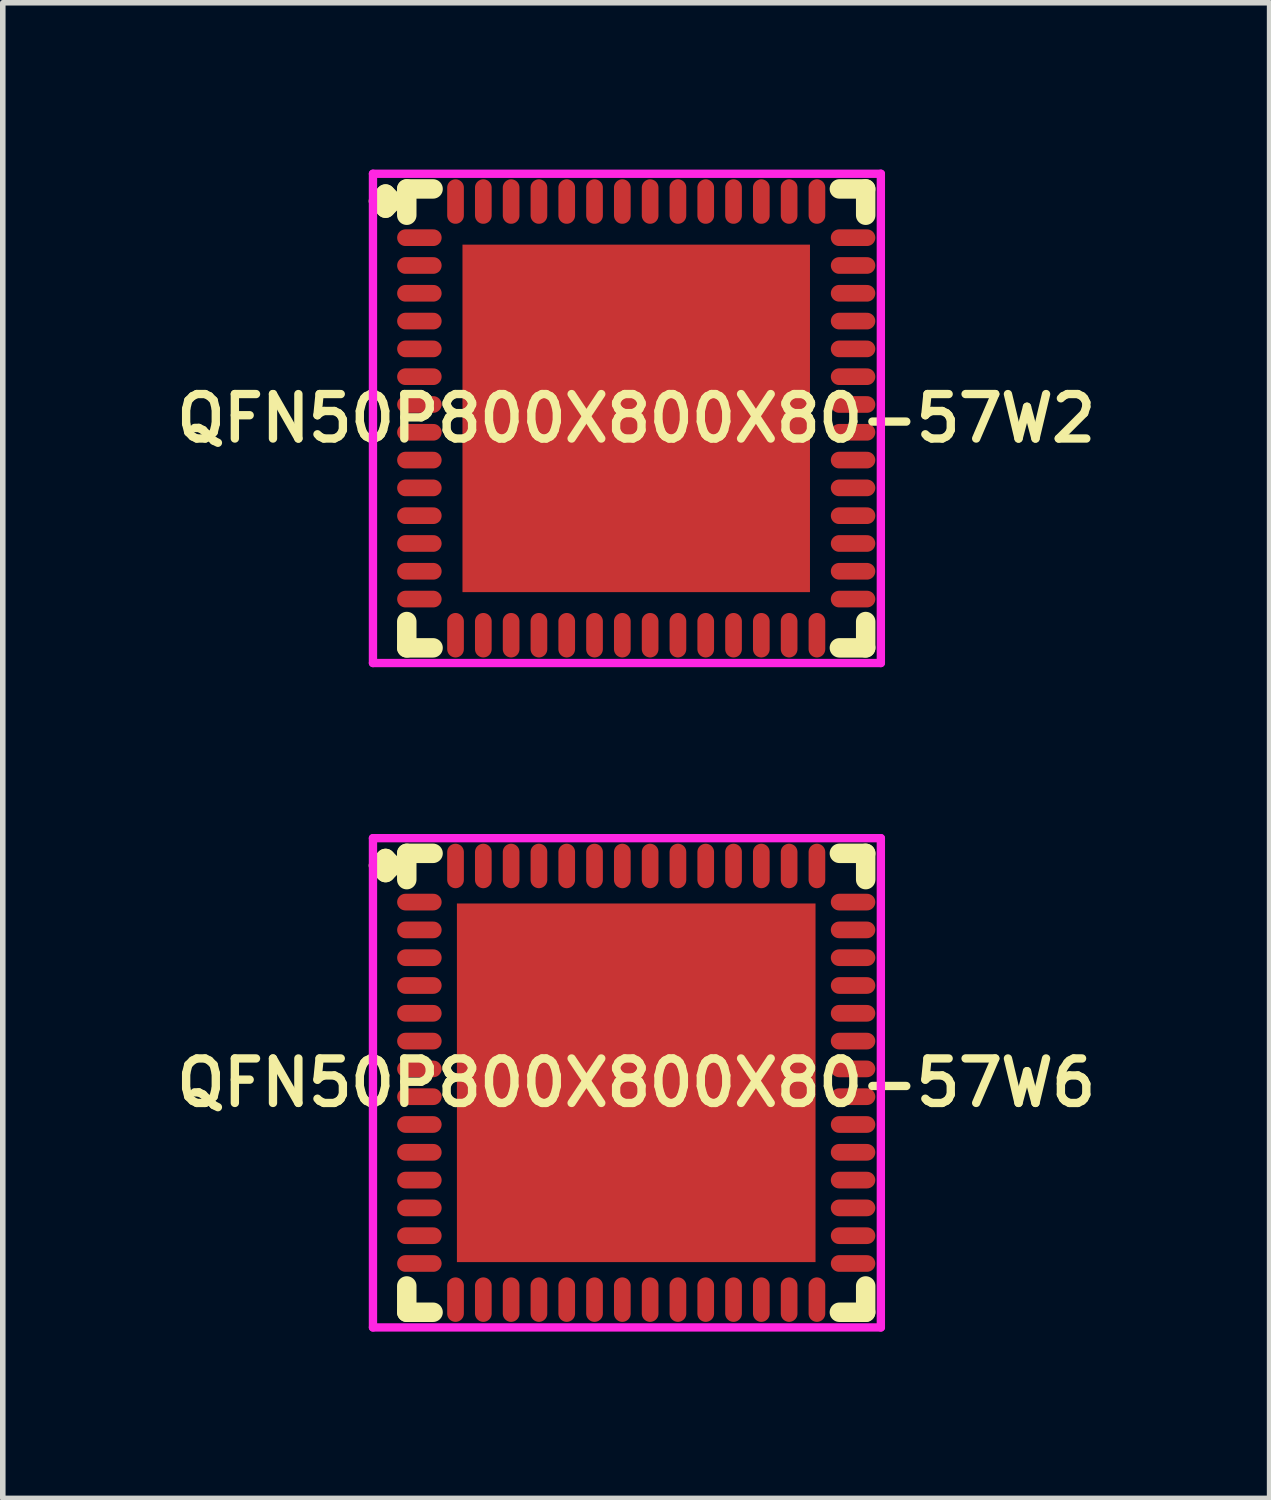
<source format=kicad_pcb>
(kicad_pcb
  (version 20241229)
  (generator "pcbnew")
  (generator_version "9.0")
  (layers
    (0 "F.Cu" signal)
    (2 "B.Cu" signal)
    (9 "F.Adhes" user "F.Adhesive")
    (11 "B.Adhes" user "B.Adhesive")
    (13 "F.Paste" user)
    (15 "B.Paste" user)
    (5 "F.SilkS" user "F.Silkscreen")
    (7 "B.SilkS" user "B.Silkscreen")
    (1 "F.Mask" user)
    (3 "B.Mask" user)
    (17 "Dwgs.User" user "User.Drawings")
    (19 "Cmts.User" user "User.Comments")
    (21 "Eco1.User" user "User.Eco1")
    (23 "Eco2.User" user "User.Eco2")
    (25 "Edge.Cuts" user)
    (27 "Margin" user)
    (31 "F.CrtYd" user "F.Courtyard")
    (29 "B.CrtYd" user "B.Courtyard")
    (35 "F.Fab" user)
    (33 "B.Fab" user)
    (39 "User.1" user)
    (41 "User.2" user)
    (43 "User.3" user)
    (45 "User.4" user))
  (footprint "QFN50P800X800X80-57W6"
    (layer "F.Cu")
    (at 8.393 16.425)
    (property "Reference" "QFN50P800X800X80-57W6" (at 0 0 0) (layer "F.SilkS") (effects (font (size 0.8 0.8) (thickness 0.15))))
    (attr smd)
    (fp_line (start -4.635 -3.908) (end -4.508 -4.035) (stroke (width 0.35) (type solid)) (layer "F.SilkS"))
    (fp_line (start -4.508 -4.035) (end -4.381 -3.908) (stroke (width 0.35) (type solid)) (layer "F.SilkS"))
    (fp_line (start -4.508 -3.781) (end -4.635 -3.908) (stroke (width 0.35) (type solid)) (layer "F.SilkS"))
    (fp_line (start -4.381 -3.908) (end -4.508 -3.781) (stroke (width 0.35) (type solid)) (layer "F.SilkS"))
    (fp_line (start -4.127 -4.127) (end -3.654 -4.127) (stroke (width 0.35) (type solid)) (layer "F.SilkS"))
    (fp_line (start -4.127 -3.654) (end -4.127 -4.127) (stroke (width 0.35) (type solid)) (layer "F.SilkS"))
    (fp_line (start -4.127 3.654) (end -4.127 4.127) (stroke (width 0.35) (type solid)) (layer "F.SilkS"))
    (fp_line (start -4.127 4.127) (end -3.654 4.127) (stroke (width 0.35) (type solid)) (layer "F.SilkS"))
    (fp_line (start 3.654 -4.127) (end 4.127 -4.127) (stroke (width 0.35) (type solid)) (layer "F.SilkS"))
    (fp_line (start 3.654 4.127) (end 4.127 4.127) (stroke (width 0.35) (type solid)) (layer "F.SilkS"))
    (fp_line (start 4.127 -4.127) (end 4.127 -3.654) (stroke (width 0.35) (type solid)) (layer "F.SilkS"))
    (fp_line (start 4.127 4.127) (end 4.127 3.654) (stroke (width 0.35) (type solid)) (layer "F.SilkS"))
    (fp_line (start -4.735 -4.4) (end 4.4 -4.4) (stroke (width 0.15) (type solid)) (layer "F.CrtYd"))
    (fp_line (start -4.735 4.4) (end -4.735 -4.4) (stroke (width 0.15) (type solid)) (layer "F.CrtYd"))
    (fp_line (start 4.4 -4.4) (end 4.4 4.4) (stroke (width 0.15) (type solid)) (layer "F.CrtYd"))
    (fp_line (start 4.4 4.4) (end -4.735 4.4) (stroke (width 0.15) (type solid)) (layer "F.CrtYd"))
    (pad "1" smd oval (at -3.9 -3.25) (size 0.8 0.3) (layers "F.Cu" "F.Mask" "F.Paste"))
    (pad "2" smd oval (at -3.9 -2.75) (size 0.8 0.3) (layers "F.Cu" "F.Mask" "F.Paste"))
    (pad "3" smd oval (at -3.9 -2.25) (size 0.8 0.3) (layers "F.Cu" "F.Mask" "F.Paste"))
    (pad "4" smd oval (at -3.9 -1.75) (size 0.8 0.3) (layers "F.Cu" "F.Mask" "F.Paste"))
    (pad "5" smd oval (at -3.9 -1.25) (size 0.8 0.3) (layers "F.Cu" "F.Mask" "F.Paste"))
    (pad "6" smd oval (at -3.9 -0.75) (size 0.8 0.3) (layers "F.Cu" "F.Mask" "F.Paste"))
    (pad "7" smd oval (at -3.9 -0.25) (size 0.8 0.3) (layers "F.Cu" "F.Mask" "F.Paste"))
    (pad "8" smd oval (at -3.9 0.25) (size 0.8 0.3) (layers "F.Cu" "F.Mask" "F.Paste"))
    (pad "9" smd oval (at -3.9 0.75) (size 0.8 0.3) (layers "F.Cu" "F.Mask" "F.Paste"))
    (pad "10" smd oval (at -3.9 1.25) (size 0.8 0.3) (layers "F.Cu" "F.Mask" "F.Paste"))
    (pad "11" smd oval (at -3.9 1.75) (size 0.8 0.3) (layers "F.Cu" "F.Mask" "F.Paste"))
    (pad "12" smd oval (at -3.9 2.25) (size 0.8 0.3) (layers "F.Cu" "F.Mask" "F.Paste"))
    (pad "13" smd oval (at -3.9 2.75) (size 0.8 0.3) (layers "F.Cu" "F.Mask" "F.Paste"))
    (pad "14" smd oval (at -3.9 3.25) (size 0.8 0.3) (layers "F.Cu" "F.Mask" "F.Paste"))
    (pad "15" smd oval (at -3.25 3.9) (size 0.3 0.8) (layers "F.Cu" "F.Mask" "F.Paste"))
    (pad "16" smd oval (at -2.75 3.9) (size 0.3 0.8) (layers "F.Cu" "F.Mask" "F.Paste"))
    (pad "17" smd oval (at -2.25 3.9) (size 0.3 0.8) (layers "F.Cu" "F.Mask" "F.Paste"))
    (pad "18" smd oval (at -1.75 3.9) (size 0.3 0.8) (layers "F.Cu" "F.Mask" "F.Paste"))
    (pad "19" smd oval (at -1.25 3.9) (size 0.3 0.8) (layers "F.Cu" "F.Mask" "F.Paste"))
    (pad "20" smd oval (at -0.75 3.9) (size 0.3 0.8) (layers "F.Cu" "F.Mask" "F.Paste"))
    (pad "21" smd oval (at -0.25 3.9) (size 0.3 0.8) (layers "F.Cu" "F.Mask" "F.Paste"))
    (pad "22" smd oval (at 0.25 3.9) (size 0.3 0.8) (layers "F.Cu" "F.Mask" "F.Paste"))
    (pad "23" smd oval (at 0.75 3.9) (size 0.3 0.8) (layers "F.Cu" "F.Mask" "F.Paste"))
    (pad "24" smd oval (at 1.25 3.9) (size 0.3 0.8) (layers "F.Cu" "F.Mask" "F.Paste"))
    (pad "25" smd oval (at 1.75 3.9) (size 0.3 0.8) (layers "F.Cu" "F.Mask" "F.Paste"))
    (pad "26" smd oval (at 2.25 3.9) (size 0.3 0.8) (layers "F.Cu" "F.Mask" "F.Paste"))
    (pad "27" smd oval (at 2.75 3.9) (size 0.3 0.8) (layers "F.Cu" "F.Mask" "F.Paste"))
    (pad "28" smd oval (at 3.25 3.9) (size 0.3 0.8) (layers "F.Cu" "F.Mask" "F.Paste"))
    (pad "29" smd oval (at 3.9 3.25) (size 0.8 0.3) (layers "F.Cu" "F.Mask" "F.Paste"))
    (pad "30" smd oval (at 3.9 2.75) (size 0.8 0.3) (layers "F.Cu" "F.Mask" "F.Paste"))
    (pad "31" smd oval (at 3.9 2.25) (size 0.8 0.3) (layers "F.Cu" "F.Mask" "F.Paste"))
    (pad "32" smd oval (at 3.9 1.75) (size 0.8 0.3) (layers "F.Cu" "F.Mask" "F.Paste"))
    (pad "33" smd oval (at 3.9 1.25) (size 0.8 0.3) (layers "F.Cu" "F.Mask" "F.Paste"))
    (pad "34" smd oval (at 3.9 0.75) (size 0.8 0.3) (layers "F.Cu" "F.Mask" "F.Paste"))
    (pad "35" smd oval (at 3.9 0.25) (size 0.8 0.3) (layers "F.Cu" "F.Mask" "F.Paste"))
    (pad "36" smd oval (at 3.9 -0.25) (size 0.8 0.3) (layers "F.Cu" "F.Mask" "F.Paste"))
    (pad "37" smd oval (at 3.9 -0.75) (size 0.8 0.3) (layers "F.Cu" "F.Mask" "F.Paste"))
    (pad "38" smd oval (at 3.9 -1.25) (size 0.8 0.3) (layers "F.Cu" "F.Mask" "F.Paste"))
    (pad "39" smd oval (at 3.9 -1.75) (size 0.8 0.3) (layers "F.Cu" "F.Mask" "F.Paste"))
    (pad "40" smd oval (at 3.9 -2.25) (size 0.8 0.3) (layers "F.Cu" "F.Mask" "F.Paste"))
    (pad "41" smd oval (at 3.9 -2.75) (size 0.8 0.3) (layers "F.Cu" "F.Mask" "F.Paste"))
    (pad "42" smd oval (at 3.9 -3.25) (size 0.8 0.3) (layers "F.Cu" "F.Mask" "F.Paste"))
    (pad "43" smd oval (at 3.25 -3.9) (size 0.3 0.8) (layers "F.Cu" "F.Mask" "F.Paste"))
    (pad "44" smd oval (at 2.75 -3.9) (size 0.3 0.8) (layers "F.Cu" "F.Mask" "F.Paste"))
    (pad "45" smd oval (at 2.25 -3.9) (size 0.3 0.8) (layers "F.Cu" "F.Mask" "F.Paste"))
    (pad "46" smd oval (at 1.75 -3.9) (size 0.3 0.8) (layers "F.Cu" "F.Mask" "F.Paste"))
    (pad "47" smd oval (at 1.25 -3.9) (size 0.3 0.8) (layers "F.Cu" "F.Mask" "F.Paste"))
    (pad "48" smd oval (at 0.75 -3.9) (size 0.3 0.8) (layers "F.Cu" "F.Mask" "F.Paste"))
    (pad "49" smd oval (at 0.25 -3.9) (size 0.3 0.8) (layers "F.Cu" "F.Mask" "F.Paste"))
    (pad "50" smd oval (at -0.25 -3.9) (size 0.3 0.8) (layers "F.Cu" "F.Mask" "F.Paste"))
    (pad "51" smd oval (at -0.75 -3.9) (size 0.3 0.8) (layers "F.Cu" "F.Mask" "F.Paste"))
    (pad "52" smd oval (at -1.25 -3.9) (size 0.3 0.8) (layers "F.Cu" "F.Mask" "F.Paste"))
    (pad "53" smd oval (at -1.75 -3.9) (size 0.3 0.8) (layers "F.Cu" "F.Mask" "F.Paste"))
    (pad "54" smd oval (at -2.25 -3.9) (size 0.3 0.8) (layers "F.Cu" "F.Mask" "F.Paste"))
    (pad "55" smd oval (at -2.75 -3.9) (size 0.3 0.8) (layers "F.Cu" "F.Mask" "F.Paste"))
    (pad "56" smd oval (at -3.25 -3.9) (size 0.3 0.8) (layers "F.Cu" "F.Mask" "F.Paste"))
    (pad "57" smd rect (at 0 0) (size 6.45 6.45) (layers "F.Cu" "F.Mask" "F.Paste")))
  (footprint "QFN50P800X800X80-57W2"
    (layer "F.Cu")
    (at 8.393 4.475)
    (property "Reference" "QFN50P800X800X80-57W2" (at 0 0 0) (layer "F.SilkS") (effects (font (size 0.8 0.8) (thickness 0.15))))
    (attr smd)
    (fp_line (start -4.635 -3.908) (end -4.508 -4.035) (stroke (width 0.35) (type solid)) (layer "F.SilkS"))
    (fp_line (start -4.508 -4.035) (end -4.381 -3.908) (stroke (width 0.35) (type solid)) (layer "F.SilkS"))
    (fp_line (start -4.508 -3.781) (end -4.635 -3.908) (stroke (width 0.35) (type solid)) (layer "F.SilkS"))
    (fp_line (start -4.381 -3.908) (end -4.508 -3.781) (stroke (width 0.35) (type solid)) (layer "F.SilkS"))
    (fp_line (start -4.127 -4.127) (end -3.654 -4.127) (stroke (width 0.35) (type solid)) (layer "F.SilkS"))
    (fp_line (start -4.127 -3.654) (end -4.127 -4.127) (stroke (width 0.35) (type solid)) (layer "F.SilkS"))
    (fp_line (start -4.127 3.654) (end -4.127 4.127) (stroke (width 0.35) (type solid)) (layer "F.SilkS"))
    (fp_line (start -4.127 4.127) (end -3.654 4.127) (stroke (width 0.35) (type solid)) (layer "F.SilkS"))
    (fp_line (start 3.654 -4.127) (end 4.127 -4.127) (stroke (width 0.35) (type solid)) (layer "F.SilkS"))
    (fp_line (start 3.654 4.127) (end 4.127 4.127) (stroke (width 0.35) (type solid)) (layer "F.SilkS"))
    (fp_line (start 4.127 -4.127) (end 4.127 -3.654) (stroke (width 0.35) (type solid)) (layer "F.SilkS"))
    (fp_line (start 4.127 4.127) (end 4.127 3.654) (stroke (width 0.35) (type solid)) (layer "F.SilkS"))
    (fp_line (start -4.735 -4.4) (end 4.4 -4.4) (stroke (width 0.15) (type solid)) (layer "F.CrtYd"))
    (fp_line (start -4.735 4.4) (end -4.735 -4.4) (stroke (width 0.15) (type solid)) (layer "F.CrtYd"))
    (fp_line (start 4.4 -4.4) (end 4.4 4.4) (stroke (width 0.15) (type solid)) (layer "F.CrtYd"))
    (fp_line (start 4.4 4.4) (end -4.735 4.4) (stroke (width 0.15) (type solid)) (layer "F.CrtYd"))
    (pad "1" smd oval (at -3.9 -3.25) (size 0.8 0.3) (layers "F.Cu" "F.Mask" "F.Paste"))
    (pad "2" smd oval (at -3.9 -2.75) (size 0.8 0.3) (layers "F.Cu" "F.Mask" "F.Paste"))
    (pad "3" smd oval (at -3.9 -2.25) (size 0.8 0.3) (layers "F.Cu" "F.Mask" "F.Paste"))
    (pad "4" smd oval (at -3.9 -1.75) (size 0.8 0.3) (layers "F.Cu" "F.Mask" "F.Paste"))
    (pad "5" smd oval (at -3.9 -1.25) (size 0.8 0.3) (layers "F.Cu" "F.Mask" "F.Paste"))
    (pad "6" smd oval (at -3.9 -0.75) (size 0.8 0.3) (layers "F.Cu" "F.Mask" "F.Paste"))
    (pad "7" smd oval (at -3.9 -0.25) (size 0.8 0.3) (layers "F.Cu" "F.Mask" "F.Paste"))
    (pad "8" smd oval (at -3.9 0.25) (size 0.8 0.3) (layers "F.Cu" "F.Mask" "F.Paste"))
    (pad "9" smd oval (at -3.9 0.75) (size 0.8 0.3) (layers "F.Cu" "F.Mask" "F.Paste"))
    (pad "10" smd oval (at -3.9 1.25) (size 0.8 0.3) (layers "F.Cu" "F.Mask" "F.Paste"))
    (pad "11" smd oval (at -3.9 1.75) (size 0.8 0.3) (layers "F.Cu" "F.Mask" "F.Paste"))
    (pad "12" smd oval (at -3.9 2.25) (size 0.8 0.3) (layers "F.Cu" "F.Mask" "F.Paste"))
    (pad "13" smd oval (at -3.9 2.75) (size 0.8 0.3) (layers "F.Cu" "F.Mask" "F.Paste"))
    (pad "14" smd oval (at -3.9 3.25) (size 0.8 0.3) (layers "F.Cu" "F.Mask" "F.Paste"))
    (pad "15" smd oval (at -3.25 3.9) (size 0.3 0.8) (layers "F.Cu" "F.Mask" "F.Paste"))
    (pad "16" smd oval (at -2.75 3.9) (size 0.3 0.8) (layers "F.Cu" "F.Mask" "F.Paste"))
    (pad "17" smd oval (at -2.25 3.9) (size 0.3 0.8) (layers "F.Cu" "F.Mask" "F.Paste"))
    (pad "18" smd oval (at -1.75 3.9) (size 0.3 0.8) (layers "F.Cu" "F.Mask" "F.Paste"))
    (pad "19" smd oval (at -1.25 3.9) (size 0.3 0.8) (layers "F.Cu" "F.Mask" "F.Paste"))
    (pad "20" smd oval (at -0.75 3.9) (size 0.3 0.8) (layers "F.Cu" "F.Mask" "F.Paste"))
    (pad "21" smd oval (at -0.25 3.9) (size 0.3 0.8) (layers "F.Cu" "F.Mask" "F.Paste"))
    (pad "22" smd oval (at 0.25 3.9) (size 0.3 0.8) (layers "F.Cu" "F.Mask" "F.Paste"))
    (pad "23" smd oval (at 0.75 3.9) (size 0.3 0.8) (layers "F.Cu" "F.Mask" "F.Paste"))
    (pad "24" smd oval (at 1.25 3.9) (size 0.3 0.8) (layers "F.Cu" "F.Mask" "F.Paste"))
    (pad "25" smd oval (at 1.75 3.9) (size 0.3 0.8) (layers "F.Cu" "F.Mask" "F.Paste"))
    (pad "26" smd oval (at 2.25 3.9) (size 0.3 0.8) (layers "F.Cu" "F.Mask" "F.Paste"))
    (pad "27" smd oval (at 2.75 3.9) (size 0.3 0.8) (layers "F.Cu" "F.Mask" "F.Paste"))
    (pad "28" smd oval (at 3.25 3.9) (size 0.3 0.8) (layers "F.Cu" "F.Mask" "F.Paste"))
    (pad "29" smd oval (at 3.9 3.25) (size 0.8 0.3) (layers "F.Cu" "F.Mask" "F.Paste"))
    (pad "30" smd oval (at 3.9 2.75) (size 0.8 0.3) (layers "F.Cu" "F.Mask" "F.Paste"))
    (pad "31" smd oval (at 3.9 2.25) (size 0.8 0.3) (layers "F.Cu" "F.Mask" "F.Paste"))
    (pad "32" smd oval (at 3.9 1.75) (size 0.8 0.3) (layers "F.Cu" "F.Mask" "F.Paste"))
    (pad "33" smd oval (at 3.9 1.25) (size 0.8 0.3) (layers "F.Cu" "F.Mask" "F.Paste"))
    (pad "34" smd oval (at 3.9 0.75) (size 0.8 0.3) (layers "F.Cu" "F.Mask" "F.Paste"))
    (pad "35" smd oval (at 3.9 0.25) (size 0.8 0.3) (layers "F.Cu" "F.Mask" "F.Paste"))
    (pad "36" smd oval (at 3.9 -0.25) (size 0.8 0.3) (layers "F.Cu" "F.Mask" "F.Paste"))
    (pad "37" smd oval (at 3.9 -0.75) (size 0.8 0.3) (layers "F.Cu" "F.Mask" "F.Paste"))
    (pad "38" smd oval (at 3.9 -1.25) (size 0.8 0.3) (layers "F.Cu" "F.Mask" "F.Paste"))
    (pad "39" smd oval (at 3.9 -1.75) (size 0.8 0.3) (layers "F.Cu" "F.Mask" "F.Paste"))
    (pad "40" smd oval (at 3.9 -2.25) (size 0.8 0.3) (layers "F.Cu" "F.Mask" "F.Paste"))
    (pad "41" smd oval (at 3.9 -2.75) (size 0.8 0.3) (layers "F.Cu" "F.Mask" "F.Paste"))
    (pad "42" smd oval (at 3.9 -3.25) (size 0.8 0.3) (layers "F.Cu" "F.Mask" "F.Paste"))
    (pad "43" smd oval (at 3.25 -3.9) (size 0.3 0.8) (layers "F.Cu" "F.Mask" "F.Paste"))
    (pad "44" smd oval (at 2.75 -3.9) (size 0.3 0.8) (layers "F.Cu" "F.Mask" "F.Paste"))
    (pad "45" smd oval (at 2.25 -3.9) (size 0.3 0.8) (layers "F.Cu" "F.Mask" "F.Paste"))
    (pad "46" smd oval (at 1.75 -3.9) (size 0.3 0.8) (layers "F.Cu" "F.Mask" "F.Paste"))
    (pad "47" smd oval (at 1.25 -3.9) (size 0.3 0.8) (layers "F.Cu" "F.Mask" "F.Paste"))
    (pad "48" smd oval (at 0.75 -3.9) (size 0.3 0.8) (layers "F.Cu" "F.Mask" "F.Paste"))
    (pad "49" smd oval (at 0.25 -3.9) (size 0.3 0.8) (layers "F.Cu" "F.Mask" "F.Paste"))
    (pad "50" smd oval (at -0.25 -3.9) (size 0.3 0.8) (layers "F.Cu" "F.Mask" "F.Paste"))
    (pad "51" smd oval (at -0.75 -3.9) (size 0.3 0.8) (layers "F.Cu" "F.Mask" "F.Paste"))
    (pad "52" smd oval (at -1.25 -3.9) (size 0.3 0.8) (layers "F.Cu" "F.Mask" "F.Paste"))
    (pad "53" smd oval (at -1.75 -3.9) (size 0.3 0.8) (layers "F.Cu" "F.Mask" "F.Paste"))
    (pad "54" smd oval (at -2.25 -3.9) (size 0.3 0.8) (layers "F.Cu" "F.Mask" "F.Paste"))
    (pad "55" smd oval (at -2.75 -3.9) (size 0.3 0.8) (layers "F.Cu" "F.Mask" "F.Paste"))
    (pad "56" smd oval (at -3.25 -3.9) (size 0.3 0.8) (layers "F.Cu" "F.Mask" "F.Paste"))
    (pad "57" smd rect (at 0 0) (size 6.25 6.25) (layers "F.Cu" "F.Mask" "F.Paste")))
  (gr_rect
    (start -3 -3)
    (end 19.785 23.9)
    (stroke (width 0.1) (type default))
    (fill no)
    (layer "Edge.Cuts")))
</source>
